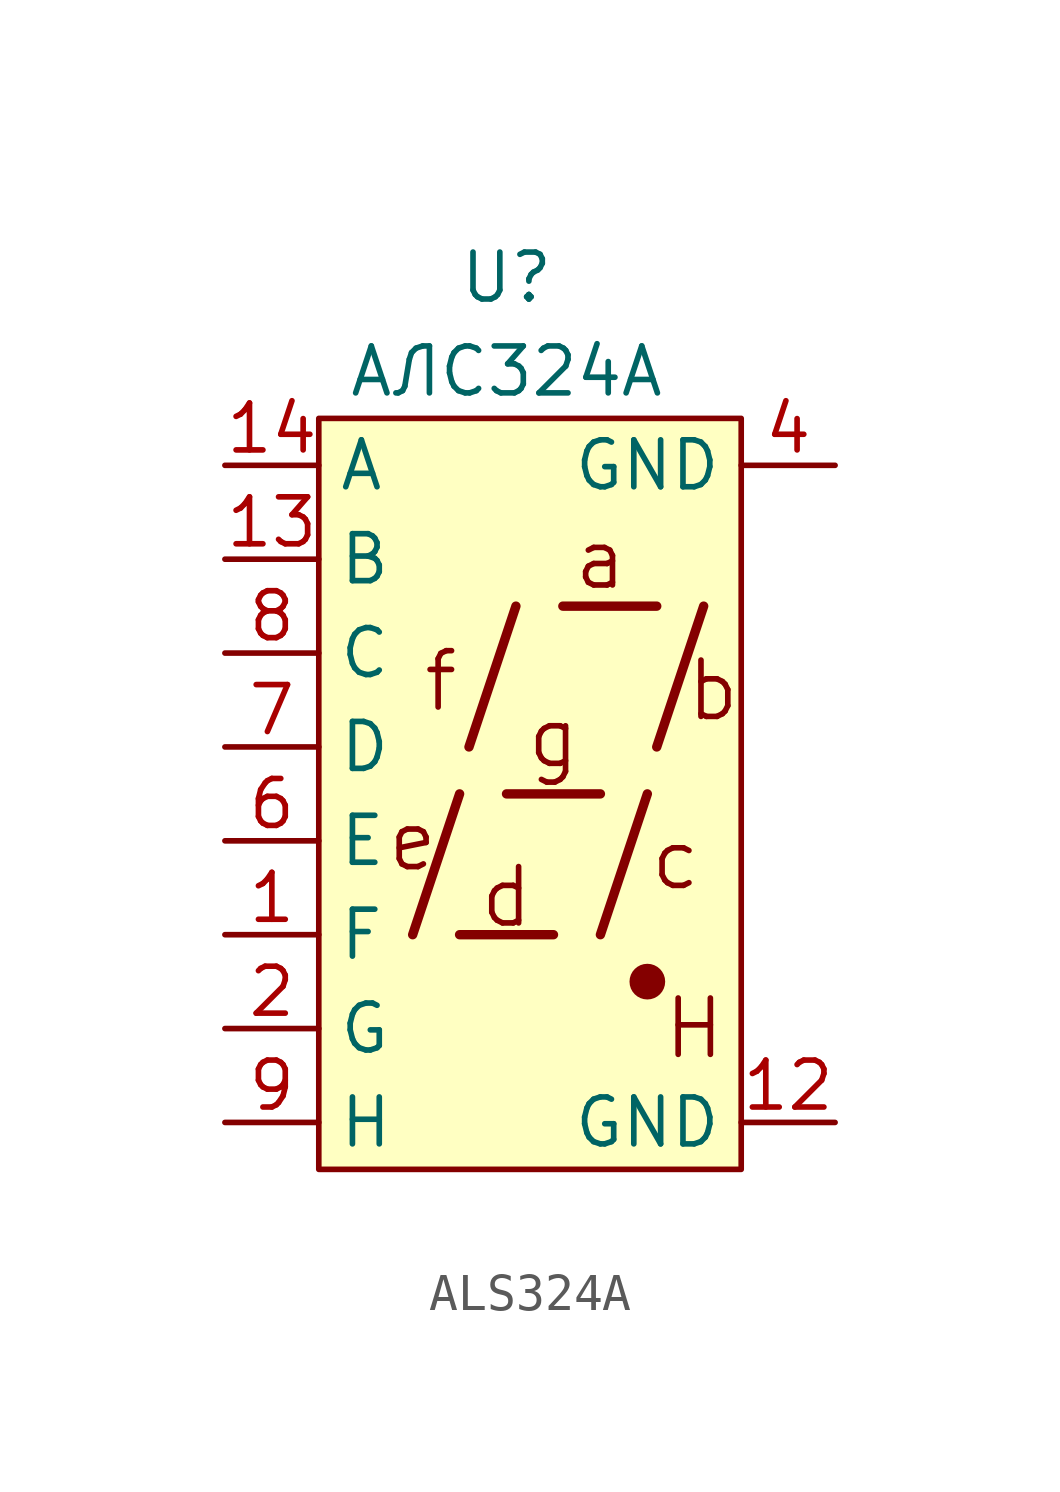
<source format=kicad_sym>
(kicad_symbol_lib
  (version 20220914)
  (generator kicad_symbol_editor)
  (symbol "ALS324A"
    (property "Reference" "U"
      (at 0 11.43 0)
      (effects (font (size 1.27 1.27))))
    (property "Value" "АЛС324А"
      (at 0 8.89 0)
      (effects (font (size 1.27 1.27))))
    (symbol "ALS324A_0_0"
      (polyline (pts (xy -2.54 -6.35) (xy -1.27 -2.54)) (stroke (width 0.254) (type default)) (fill (type none)))
      (polyline (pts (xy -1.27 -6.35) (xy 1.27 -6.35)) (stroke (width 0.254) (type default)) (fill (type none)))
      (polyline (pts (xy -1.016 -1.27) (xy 0.254 2.54)) (stroke (width 0.254) (type default)) (fill (type none)))
      (polyline (pts (xy 0 -2.54) (xy 2.54 -2.54)) (stroke (width 0.254) (type default)) (fill (type none)))
      (polyline (pts (xy 1.524 2.54) (xy 4.064 2.54)) (stroke (width 0.254) (type default)) (fill (type none)))
      (polyline (pts (xy 2.54 -6.35) (xy 3.81 -2.54)) (stroke (width 0.254) (type default)) (fill (type none)))
      (polyline (pts (xy 4.064 -1.27) (xy 5.334 2.54)) (stroke (width 0.254) (type default)) (fill (type none)))
      (text "a" (at 2.54 3.81 0) (effects (font (size 1.524 1.524))))
      (text "b" (at 5.588 0.254 0) (effects (font (size 1.524 1.524))))
      (text "c" (at 4.572 -4.318 0) (effects (font (size 1.524 1.524))))
      (text "d" (at 0 -5.334 0) (effects (font (size 1.524 1.524))))
      (text "f" (at -1.778 0.508 0) (effects (font (size 1.524 1.524))))
      (text "g" (at 1.27 -1.016 0) (effects (font (size 1.524 1.524)))))
    (symbol "ALS324A_0_1"
      (circle (center 3.81 -7.62) (radius 0.356) (stroke (width 0.254) (type default)) (fill (type outline))))
    (symbol "ALS324A_1_0"
      (text "e" (at -2.54 -3.81 0) (effects (font (size 1.524 1.524))))
      (text "H" (at 5.08 -8.89 0) (effects (font (size 1.524 1.524)))))
    (symbol "ALS324A_1_1"
      (rectangle (start -5.08 7.62) (end 6.35 -12.7) (stroke (width 0) (type default)) (fill (type background)))
      (pin input line (at -7.62 -6.35 0) (length 2.54) (name "F" (effects (font (size 1.27 1.27)))) (number "1" (effects (font (size 1.27 1.27)))))
      (pin input line (at 8.89 -11.43 180) (length 2.54) (name "GND" (effects (font (size 1.27 1.27)))) (number "12" (effects (font (size 1.27 1.27)))))
      (pin input line (at -7.62 3.81 0) (length 2.54) (name "B" (effects (font (size 1.27 1.27)))) (number "13" (effects (font (size 1.27 1.27)))))
      (pin input line (at -7.62 6.35 0) (length 2.54) (name "A" (effects (font (size 1.27 1.27)))) (number "14" (effects (font (size 1.27 1.27)))))
      (pin input line (at -7.62 -8.89 0) (length 2.54) (name "G" (effects (font (size 1.27 1.27)))) (number "2" (effects (font (size 1.27 1.27)))))
      (pin input line (at 8.89 6.35 180) (length 2.54) (name "GND" (effects (font (size 1.27 1.27)))) (number "4" (effects (font (size 1.27 1.27)))))
      (pin input line (at -7.62 -3.81 0) (length 2.54) (name "E" (effects (font (size 1.27 1.27)))) (number "6" (effects (font (size 1.27 1.27)))))
      (pin input line (at -7.62 -1.27 0) (length 2.54) (name "D" (effects (font (size 1.27 1.27)))) (number "7" (effects (font (size 1.27 1.27)))))
      (pin input line (at -7.62 1.27 0) (length 2.54) (name "C" (effects (font (size 1.27 1.27)))) (number "8" (effects (font (size 1.27 1.27)))))
      (pin input line (at -7.62 -11.43 0) (length 2.54) (name "H" (effects (font (size 1.27 1.27)))) (number "9" (effects (font (size 1.27 1.27))))))))
</source>
